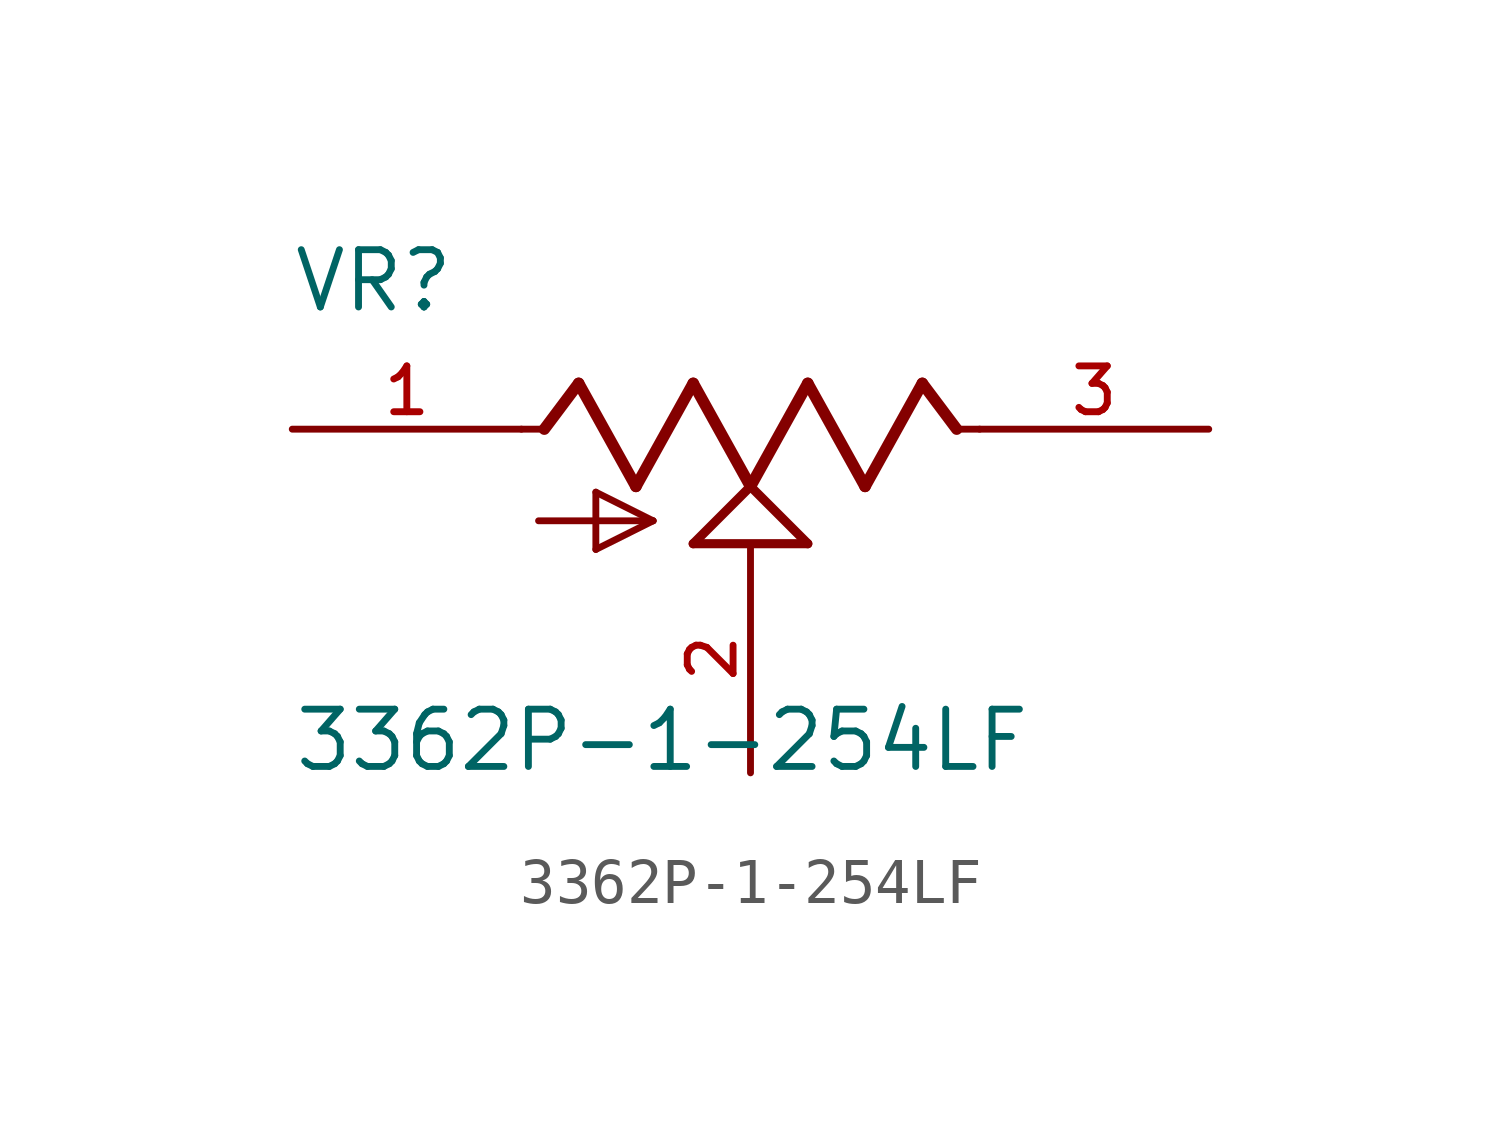
<source format=kicad_sym>
(kicad_symbol_lib
  (version 20211014)
  (generator kicad_symbol_editor)
  (symbol "3362P-1-254LF"
    (pin_names
      (offset 1.016))
    (property "Reference" "VR"
      (at -10.182 2.546 0)
      (effects (font (size 1.27 1.27)) (justify bottom left)))
    (property "Value" "3362P-1-254LF"
      (at -10.165 -7.642 0)
      (effects (font (size 1.27 1.27)) (justify bottom left)))
    (symbol "3362P-1-254LF_0_0"
      (polyline (pts (xy -5.08 0.0) (xy -4.572 0.0)) (stroke (width 0.152)))
      (polyline (pts (xy -4.572 0.0) (xy -3.81 1.016)) (stroke (width 0.254)))
      (polyline (pts (xy -3.81 1.016) (xy -2.54 -1.27)) (stroke (width 0.254)))
      (polyline (pts (xy -2.54 -1.27) (xy -1.27 1.016)) (stroke (width 0.254)))
      (polyline (pts (xy -1.27 1.016) (xy 0.0 -1.27)) (stroke (width 0.254)))
      (polyline (pts (xy 0.0 -1.27) (xy 1.27 1.016)) (stroke (width 0.254)))
      (polyline (pts (xy 1.27 1.016) (xy 2.54 -1.27)) (stroke (width 0.254)))
      (polyline (pts (xy 2.54 -1.27) (xy 3.81 1.016)) (stroke (width 0.254)))
      (polyline (pts (xy 3.81 1.016) (xy 4.572 0.0)) (stroke (width 0.254)))
      (polyline (pts (xy 4.572 0.0) (xy 5.08 0.0)) (stroke (width 0.152)))
      (polyline (pts (xy 0.0 -1.27) (xy 1.27 -2.54)) (stroke (width 0.203)))
      (polyline (pts (xy -1.27 -2.54) (xy 0.0 -1.27)) (stroke (width 0.203)))
      (polyline (pts (xy 1.27 -2.54) (xy -1.27 -2.54)) (stroke (width 0.203)))
      (polyline (pts (xy -4.699 -2.032) (xy -2.159 -2.032)) (stroke (width 0.152)))
      (polyline (pts (xy -2.159 -2.032) (xy -3.429 -2.667)) (stroke (width 0.152)))
      (polyline (pts (xy -3.429 -2.667) (xy -3.429 -1.397)) (stroke (width 0.152)))
      (polyline (pts (xy -3.429 -1.397) (xy -2.159 -2.032)) (stroke (width 0.152)))
      (pin passive line (at -10.16 0.0 0) (length 5.08) (name "~" (effects (font (size 1.016 1.016)))) (number "1" (effects (font (size 1.016 1.016)))))
      (pin passive line (at 0.0 -7.62 90.0) (length 5.08) (name "~" (effects (font (size 1.016 1.016)))) (number "2" (effects (font (size 1.016 1.016)))))
      (pin passive line (at 10.16 0.0 180.0) (length 5.08) (name "~" (effects (font (size 1.016 1.016)))) (number "3" (effects (font (size 1.016 1.016))))))))
</source>
